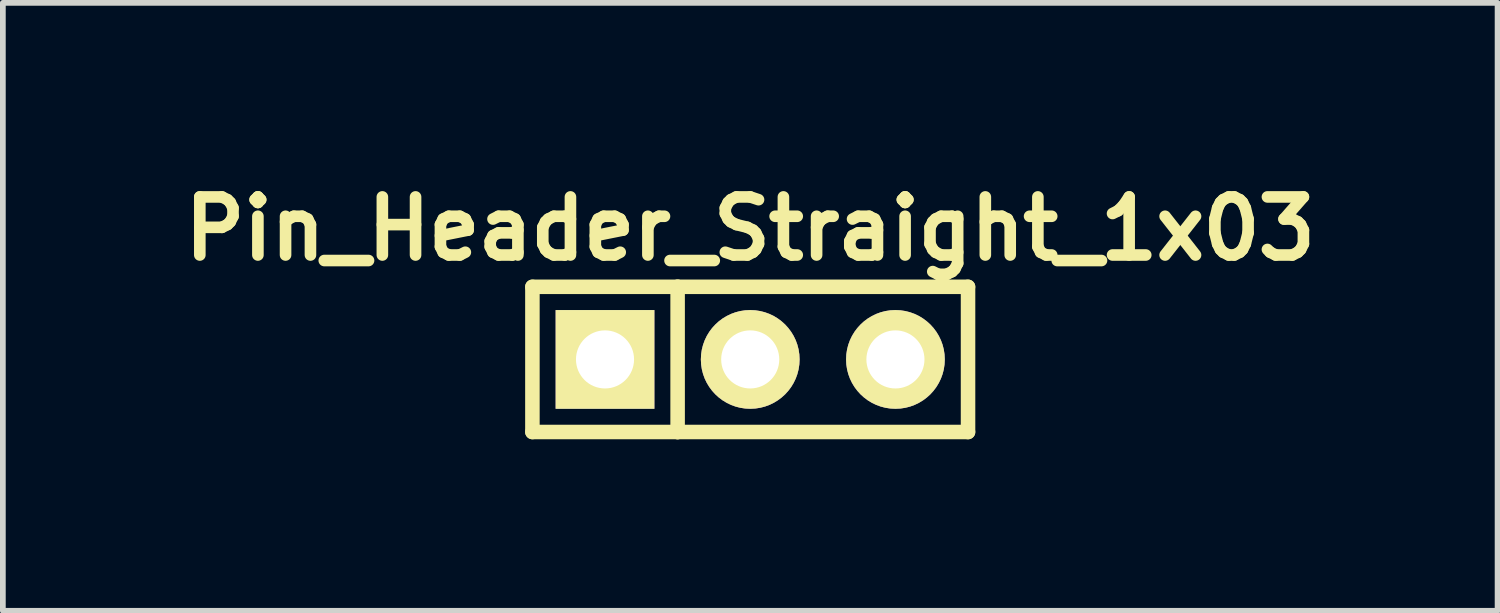
<source format=kicad_pcb>
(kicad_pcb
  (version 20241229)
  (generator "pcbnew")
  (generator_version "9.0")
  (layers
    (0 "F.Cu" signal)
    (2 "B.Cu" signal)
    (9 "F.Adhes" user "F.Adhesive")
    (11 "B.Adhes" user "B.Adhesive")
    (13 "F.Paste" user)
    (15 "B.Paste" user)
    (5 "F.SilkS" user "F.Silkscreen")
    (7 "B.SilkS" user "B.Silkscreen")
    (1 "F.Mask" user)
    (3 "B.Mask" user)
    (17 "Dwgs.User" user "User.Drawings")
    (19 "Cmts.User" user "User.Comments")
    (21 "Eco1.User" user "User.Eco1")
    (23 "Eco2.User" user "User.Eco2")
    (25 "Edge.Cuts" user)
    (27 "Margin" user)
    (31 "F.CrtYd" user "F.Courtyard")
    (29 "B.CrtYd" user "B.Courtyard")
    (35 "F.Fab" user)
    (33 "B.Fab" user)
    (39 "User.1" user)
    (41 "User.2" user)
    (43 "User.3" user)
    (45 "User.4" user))
  (footprint "Pin_Header_Straight_1x03"
    (layer "F.Cu")
    (at 10.073 3.237)
    (property "Reference" "Pin_Header_Straight_1x03" (at 0 -2.286 0) (layer "F.SilkS") (effects (font (size 1.016 1.016) (thickness 0.203))))
    (attr through_hole)
    (fp_line (start -3.81 -1.27) (end -3.81 1.27) (stroke (width 0.254) (type solid)) (layer "F.SilkS"))
    (fp_line (start -3.81 -1.27) (end -1.27 -1.27) (stroke (width 0.254) (type solid)) (layer "F.SilkS"))
    (fp_line (start -3.81 1.27) (end -1.27 1.27) (stroke (width 0.254) (type solid)) (layer "F.SilkS"))
    (fp_line (start -1.27 -1.27) (end -1.27 1.27) (stroke (width 0.254) (type solid)) (layer "F.SilkS"))
    (fp_line (start -1.27 1.27) (end 3.81 1.27) (stroke (width 0.254) (type solid)) (layer "F.SilkS"))
    (fp_line (start 3.81 -1.27) (end -1.27 -1.27) (stroke (width 0.254) (type solid)) (layer "F.SilkS"))
    (fp_line (start 3.81 1.27) (end 3.81 -1.27) (stroke (width 0.254) (type solid)) (layer "F.SilkS"))
    (pad "1" thru_hole rect (at -2.54 0) (size 1.727 1.727) (drill 1.016) (layers "*.Cu" "*.Mask" "F.SilkS"))
    (pad "2" thru_hole circle (at 0 0) (size 1.727 1.727) (drill 1.016) (layers "*.Cu" "*.Mask" "F.SilkS"))
    (pad "3" thru_hole circle (at 2.54 0) (size 1.727 1.727) (drill 1.016) (layers "*.Cu" "*.Mask" "F.SilkS")))
  (gr_rect
    (start -3 -3)
    (end 23.146 7.634)
    (stroke (width 0.1) (type default))
    (fill no)
    (layer "Edge.Cuts")))
</source>
